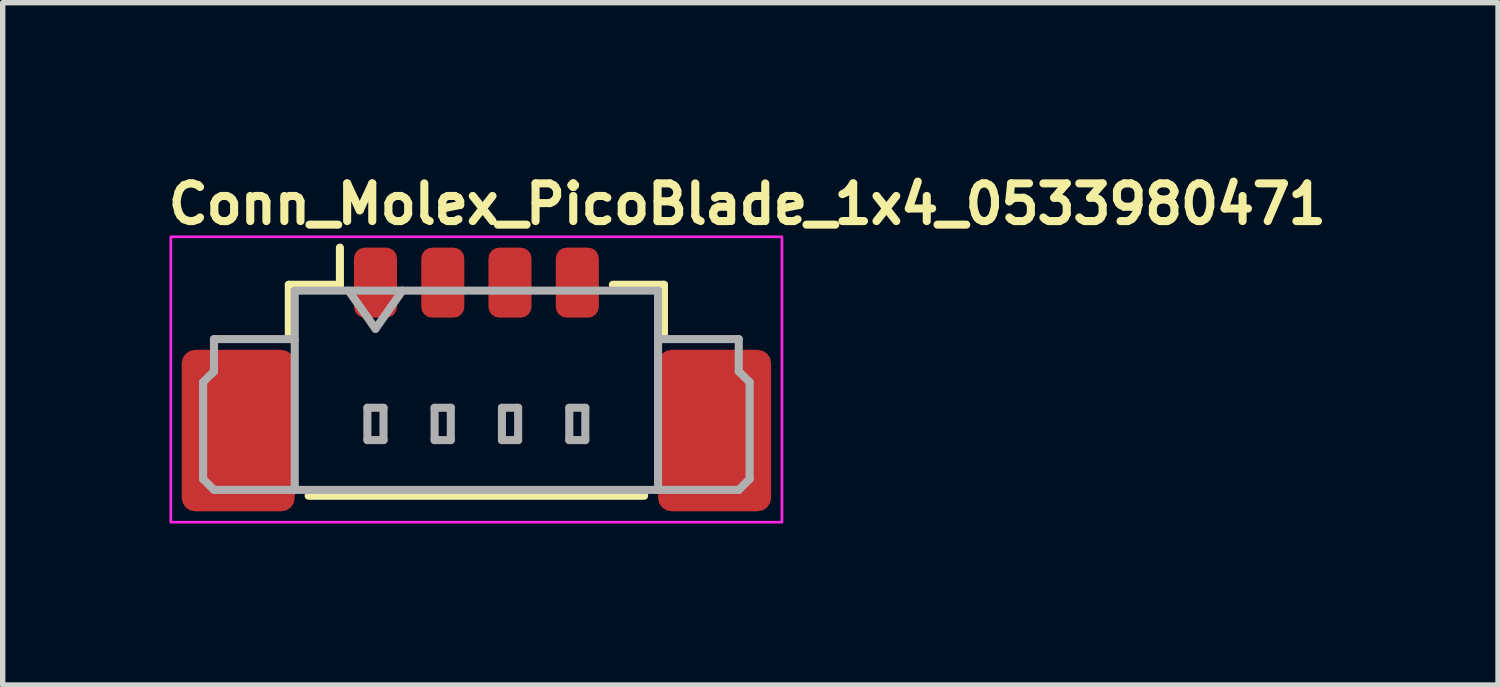
<source format=kicad_pcb>
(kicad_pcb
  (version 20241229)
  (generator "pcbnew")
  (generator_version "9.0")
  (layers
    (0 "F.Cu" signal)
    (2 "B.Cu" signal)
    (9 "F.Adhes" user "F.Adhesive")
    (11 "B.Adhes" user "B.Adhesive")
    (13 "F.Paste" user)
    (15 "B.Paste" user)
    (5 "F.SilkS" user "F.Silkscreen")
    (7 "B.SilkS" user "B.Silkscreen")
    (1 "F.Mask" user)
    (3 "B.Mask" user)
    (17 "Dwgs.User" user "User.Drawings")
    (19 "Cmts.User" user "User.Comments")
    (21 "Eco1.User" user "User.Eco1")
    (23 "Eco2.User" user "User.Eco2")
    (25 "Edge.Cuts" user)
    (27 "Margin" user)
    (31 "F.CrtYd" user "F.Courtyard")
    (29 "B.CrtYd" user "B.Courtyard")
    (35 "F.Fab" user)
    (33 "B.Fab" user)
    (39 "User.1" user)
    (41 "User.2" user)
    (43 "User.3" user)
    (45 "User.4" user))
  (footprint "Conn_Molex_PicoBlade_1x4_0533980471"
    (layer "F.Cu")
    (at 5.8 3.95)
    (property "Reference" "Conn_Molex_PicoBlade_1x4_0533980471" (at -5.8 -2.8 0) (layer "F.SilkS") (effects (font (size 0.7 0.7) (thickness 0.15)) (justify left bottom)))
    (attr smd)
    (fp_line (start -3.485 -1.71) (end -2.536 -1.71) (stroke (width 0.15) (type solid)) (layer "F.SilkS"))
    (fp_line (start -3.485 -0.76) (end -3.485 -1.71) (stroke (width 0.15) (type solid)) (layer "F.SilkS"))
    (fp_line (start -3.117 2.209) (end 3.115 2.209) (stroke (width 0.15) (type solid)) (layer "F.SilkS"))
    (fp_line (start -2.536 -1.71) (end -2.536 -2.4) (stroke (width 0.15) (type solid)) (layer "F.SilkS"))
    (fp_line (start 3.483 -1.71) (end 2.535 -1.71) (stroke (width 0.15) (type solid)) (layer "F.SilkS"))
    (fp_line (start 3.483 -0.76) (end 3.483 -1.71) (stroke (width 0.15) (type solid)) (layer "F.SilkS"))
    (fp_rect (start -5.677 -2.601) (end 5.675 2.7) (stroke (width 0.05) (type solid)) (fill no) (layer "F.CrtYd"))
    (fp_line (start -5.077 0.099) (end -4.875 -0.101) (stroke (width 0.15) (type solid)) (layer "F.Fab"))
    (fp_line (start -5.077 1.898) (end -5.077 0.099) (stroke (width 0.15) (type solid)) (layer "F.Fab"))
    (fp_line (start -4.875 -0.701) (end -3.375 -0.701) (stroke (width 0.15) (type solid)) (layer "F.Fab"))
    (fp_line (start -4.875 -0.101) (end -4.875 -0.701) (stroke (width 0.15) (type solid)) (layer "F.Fab"))
    (fp_line (start -4.875 2.1) (end -5.077 1.898) (stroke (width 0.15) (type solid)) (layer "F.Fab"))
    (fp_line (start -3.375 -1.601) (end -3.375 2.1) (stroke (width 0.15) (type solid)) (layer "F.Fab"))
    (fp_line (start -3.375 -1.601) (end 3.374 -1.601) (stroke (width 0.15) (type solid)) (layer "F.Fab"))
    (fp_line (start -3.375 2.1) (end -4.875 2.1) (stroke (width 0.15) (type solid)) (layer "F.Fab"))
    (fp_line (start -3.375 2.1) (end 3.374 2.1) (stroke (width 0.15) (type solid)) (layer "F.Fab"))
    (fp_line (start -2.375 -1.601) (end -1.875 -0.893) (stroke (width 0.15) (type solid)) (layer "F.Fab"))
    (fp_line (start -2.025 0.575) (end -2.025 1.175) (stroke (width 0.15) (type solid)) (layer "F.Fab"))
    (fp_line (start -2.025 1.175) (end -1.726 1.175) (stroke (width 0.15) (type solid)) (layer "F.Fab"))
    (fp_line (start -1.875 -0.893) (end -1.375 -1.601) (stroke (width 0.15) (type solid)) (layer "F.Fab"))
    (fp_line (start -1.726 0.575) (end -2.025 0.575) (stroke (width 0.15) (type solid)) (layer "F.Fab"))
    (fp_line (start -1.726 1.175) (end -1.726 0.575) (stroke (width 0.15) (type solid)) (layer "F.Fab"))
    (fp_line (start -0.777 0.575) (end -0.777 1.175) (stroke (width 0.15) (type solid)) (layer "F.Fab"))
    (fp_line (start -0.777 1.175) (end -0.476 1.175) (stroke (width 0.15) (type solid)) (layer "F.Fab"))
    (fp_line (start -0.476 0.575) (end -0.777 0.575) (stroke (width 0.15) (type solid)) (layer "F.Fab"))
    (fp_line (start -0.476 1.175) (end -0.476 0.575) (stroke (width 0.15) (type solid)) (layer "F.Fab"))
    (fp_line (start 0.474 0.575) (end 0.474 1.175) (stroke (width 0.15) (type solid)) (layer "F.Fab"))
    (fp_line (start 0.474 1.175) (end 0.775 1.175) (stroke (width 0.15) (type solid)) (layer "F.Fab"))
    (fp_line (start 0.775 0.575) (end 0.474 0.575) (stroke (width 0.15) (type solid)) (layer "F.Fab"))
    (fp_line (start 0.775 1.175) (end 0.775 0.575) (stroke (width 0.15) (type solid)) (layer "F.Fab"))
    (fp_line (start 1.725 0.575) (end 1.725 1.175) (stroke (width 0.15) (type solid)) (layer "F.Fab"))
    (fp_line (start 1.725 1.175) (end 2.023 1.175) (stroke (width 0.15) (type solid)) (layer "F.Fab"))
    (fp_line (start 2.023 0.575) (end 1.725 0.575) (stroke (width 0.15) (type solid)) (layer "F.Fab"))
    (fp_line (start 2.023 1.175) (end 2.023 0.575) (stroke (width 0.15) (type solid)) (layer "F.Fab"))
    (fp_line (start 3.374 -1.601) (end 3.374 2.1) (stroke (width 0.15) (type solid)) (layer "F.Fab"))
    (fp_line (start 3.374 2.1) (end 4.873 2.1) (stroke (width 0.15) (type solid)) (layer "F.Fab"))
    (fp_line (start 4.873 -0.701) (end 3.374 -0.701) (stroke (width 0.15) (type solid)) (layer "F.Fab"))
    (fp_line (start 4.873 -0.101) (end 4.873 -0.701) (stroke (width 0.15) (type solid)) (layer "F.Fab"))
    (fp_line (start 4.873 2.1) (end 5.075 1.898) (stroke (width 0.15) (type solid)) (layer "F.Fab"))
    (fp_line (start 5.075 0.099) (end 4.873 -0.101) (stroke (width 0.15) (type solid)) (layer "F.Fab"))
    (fp_line (start 5.075 1.898) (end 5.075 0.099) (stroke (width 0.15) (type solid)) (layer "F.Fab"))
    (fp_rect (start -5.077 -2.101) (end 5.075 2.1) (stroke (width 0.1) (type solid)) (fill no) (layer "User.5"))
    (fp_line (start -5.077 0.199) (end -5.077 1.798) (stroke (width 0.02) (type solid)) (layer "User.9"))
    (fp_line (start -5.077 0.199) (end -4.875 0) (stroke (width 0.02) (type solid)) (layer "User.9"))
    (fp_line (start -5.077 1.798) (end -4.875 1.999) (stroke (width 0.02) (type solid)) (layer "User.9"))
    (fp_line (start -4.875 -0.701) (end -3.375 -0.701) (stroke (width 0.02) (type solid)) (layer "User.9"))
    (fp_line (start -4.875 2.1) (end -4.875 -0.701) (stroke (width 0.02) (type solid)) (layer "User.9"))
    (fp_line (start -4.875 2.1) (end -3.375 2.1) (stroke (width 0.02) (type solid)) (layer "User.9"))
    (fp_line (start -3.375 -1.601) (end -3.375 -1.401) (stroke (width 0.02) (type solid)) (layer "User.9"))
    (fp_line (start -3.375 -1.401) (end -3.375 -0.701) (stroke (width 0.02) (type solid)) (layer "User.9"))
    (fp_line (start -3.375 -0.701) (end -3.375 2.1) (stroke (width 0.02) (type solid)) (layer "User.9"))
    (fp_line (start -3.375 -0.701) (end -2.976 -0.701) (stroke (width 0.02) (type solid)) (layer "User.9"))
    (fp_line (start -3.375 2.1) (end -1.526 2.1) (stroke (width 0.02) (type solid)) (layer "User.9"))
    (fp_line (start -2.976 -0.701) (end -2.976 1.898) (stroke (width 0.02) (type solid)) (layer "User.9"))
    (fp_line (start -2.976 -0.701) (end -2.775 -0.701) (stroke (width 0.02) (type solid)) (layer "User.9"))
    (fp_line (start -2.976 1.898) (end -2.775 1.699) (stroke (width 0.02) (type solid)) (layer "User.9"))
    (fp_line (start -2.976 1.898) (end -1.526 1.898) (stroke (width 0.02) (type solid)) (layer "User.9"))
    (fp_line (start -2.775 -0.701) (end -2.775 1.699) (stroke (width 0.02) (type solid)) (layer "User.9"))
    (fp_line (start -2.775 -0.701) (end -2.426 -0.701) (stroke (width 0.02) (type solid)) (layer "User.9"))
    (fp_line (start -2.775 1.699) (end -1.526 1.699) (stroke (width 0.02) (type solid)) (layer "User.9"))
    (fp_line (start -2.426 -1.401) (end -3.375 -1.401) (stroke (width 0.02) (type solid)) (layer "User.9"))
    (fp_line (start -2.426 -0.701) (end -2.426 -1.401) (stroke (width 0.02) (type solid)) (layer "User.9"))
    (fp_line (start -2.036 -2.101) (end -2.036 -1.601) (stroke (width 0.02) (type solid)) (layer "User.9"))
    (fp_line (start -2.036 -2.101) (end -1.716 -2.101) (stroke (width 0.02) (type solid)) (layer "User.9"))
    (fp_line (start -2.036 0.574) (end -2.036 1.175) (stroke (width 0.02) (type solid)) (layer "User.9"))
    (fp_line (start -2.036 0.574) (end -1.716 0.574) (stroke (width 0.02) (type solid)) (layer "User.9"))
    (fp_line (start -2.036 1.175) (end -1.716 1.175) (stroke (width 0.02) (type solid)) (layer "User.9"))
    (fp_line (start -1.986 0.675) (end -2.036 0.574) (stroke (width 0.02) (type solid)) (layer "User.9"))
    (fp_line (start -1.986 0.675) (end -1.986 1.074) (stroke (width 0.02) (type solid)) (layer "User.9"))
    (fp_line (start -1.986 0.675) (end -1.766 0.675) (stroke (width 0.02) (type solid)) (layer "User.9"))
    (fp_line (start -1.986 1.074) (end -2.036 1.175) (stroke (width 0.02) (type solid)) (layer "User.9"))
    (fp_line (start -1.986 1.074) (end -1.766 1.074) (stroke (width 0.02) (type solid)) (layer "User.9"))
    (fp_line (start -1.766 0.675) (end -1.766 1.074) (stroke (width 0.02) (type solid)) (layer "User.9"))
    (fp_line (start -1.766 0.675) (end -1.716 0.574) (stroke (width 0.02) (type solid)) (layer "User.9"))
    (fp_line (start -1.766 1.074) (end -1.716 1.175) (stroke (width 0.02) (type solid)) (layer "User.9"))
    (fp_line (start -1.716 -2.101) (end -1.716 -1.601) (stroke (width 0.02) (type solid)) (layer "User.9"))
    (fp_line (start -1.716 0.574) (end -1.716 1.175) (stroke (width 0.02) (type solid)) (layer "User.9"))
    (fp_line (start -1.526 1.898) (end -1.526 1.699) (stroke (width 0.02) (type solid)) (layer "User.9"))
    (fp_line (start -1.526 2.1) (end -1.526 1.898) (stroke (width 0.02) (type solid)) (layer "User.9"))
    (fp_line (start -1.226 1.699) (end -1.526 1.699) (stroke (width 0.02) (type solid)) (layer "User.9"))
    (fp_line (start -1.226 1.699) (end -1.226 1.898) (stroke (width 0.02) (type solid)) (layer "User.9"))
    (fp_line (start -1.226 1.699) (end 1.225 1.699) (stroke (width 0.02) (type solid)) (layer "User.9"))
    (fp_line (start -1.226 1.898) (end 1.225 1.898) (stroke (width 0.02) (type solid)) (layer "User.9"))
    (fp_line (start -1.226 2.1) (end -1.526 2.1) (stroke (width 0.02) (type solid)) (layer "User.9"))
    (fp_line (start -1.226 2.1) (end -1.226 1.898) (stroke (width 0.02) (type solid)) (layer "User.9"))
    (fp_line (start -1.226 2.1) (end 1.225 2.1) (stroke (width 0.02) (type solid)) (layer "User.9"))
    (fp_line (start -0.787 -2.101) (end -0.787 -1.601) (stroke (width 0.02) (type solid)) (layer "User.9"))
    (fp_line (start -0.787 -2.101) (end -0.467 -2.101) (stroke (width 0.02) (type solid)) (layer "User.9"))
    (fp_line (start -0.787 0.574) (end -0.787 1.175) (stroke (width 0.02) (type solid)) (layer "User.9"))
    (fp_line (start -0.787 0.574) (end -0.467 0.574) (stroke (width 0.02) (type solid)) (layer "User.9"))
    (fp_line (start -0.787 1.175) (end -0.467 1.175) (stroke (width 0.02) (type solid)) (layer "User.9"))
    (fp_line (start -0.735 0.675) (end -0.787 0.574) (stroke (width 0.02) (type solid)) (layer "User.9"))
    (fp_line (start -0.735 0.675) (end -0.735 1.074) (stroke (width 0.02) (type solid)) (layer "User.9"))
    (fp_line (start -0.735 0.675) (end -0.517 0.675) (stroke (width 0.02) (type solid)) (layer "User.9"))
    (fp_line (start -0.735 1.074) (end -0.787 1.175) (stroke (width 0.02) (type solid)) (layer "User.9"))
    (fp_line (start -0.735 1.074) (end -0.517 1.074) (stroke (width 0.02) (type solid)) (layer "User.9"))
    (fp_line (start -0.517 0.675) (end -0.517 1.074) (stroke (width 0.02) (type solid)) (layer "User.9"))
    (fp_line (start -0.517 0.675) (end -0.467 0.574) (stroke (width 0.02) (type solid)) (layer "User.9"))
    (fp_line (start -0.517 1.074) (end -0.467 1.175) (stroke (width 0.02) (type solid)) (layer "User.9"))
    (fp_line (start -0.467 -2.101) (end -0.467 -1.601) (stroke (width 0.02) (type solid)) (layer "User.9"))
    (fp_line (start -0.467 0.574) (end -0.467 1.175) (stroke (width 0.02) (type solid)) (layer "User.9"))
    (fp_line (start 0.465 -2.101) (end 0.465 -1.601) (stroke (width 0.02) (type solid)) (layer "User.9"))
    (fp_line (start 0.465 -2.101) (end 0.785 -2.101) (stroke (width 0.02) (type solid)) (layer "User.9"))
    (fp_line (start 0.465 0.574) (end 0.465 1.175) (stroke (width 0.02) (type solid)) (layer "User.9"))
    (fp_line (start 0.465 0.574) (end 0.785 0.574) (stroke (width 0.02) (type solid)) (layer "User.9"))
    (fp_line (start 0.465 1.175) (end 0.785 1.175) (stroke (width 0.02) (type solid)) (layer "User.9"))
    (fp_line (start 0.515 0.675) (end 0.465 0.574) (stroke (width 0.02) (type solid)) (layer "User.9"))
    (fp_line (start 0.515 0.675) (end 0.515 1.074) (stroke (width 0.02) (type solid)) (layer "User.9"))
    (fp_line (start 0.515 0.675) (end 0.733 0.675) (stroke (width 0.02) (type solid)) (layer "User.9"))
    (fp_line (start 0.515 1.074) (end 0.465 1.175) (stroke (width 0.02) (type solid)) (layer "User.9"))
    (fp_line (start 0.515 1.074) (end 0.733 1.074) (stroke (width 0.02) (type solid)) (layer "User.9"))
    (fp_line (start 0.733 0.675) (end 0.733 1.074) (stroke (width 0.02) (type solid)) (layer "User.9"))
    (fp_line (start 0.733 0.675) (end 0.785 0.574) (stroke (width 0.02) (type solid)) (layer "User.9"))
    (fp_line (start 0.733 1.074) (end 0.785 1.175) (stroke (width 0.02) (type solid)) (layer "User.9"))
    (fp_line (start 0.785 -2.101) (end 0.785 -1.601) (stroke (width 0.02) (type solid)) (layer "User.9"))
    (fp_line (start 0.785 0.574) (end 0.785 1.175) (stroke (width 0.02) (type solid)) (layer "User.9"))
    (fp_line (start 1.225 1.898) (end 1.225 1.699) (stroke (width 0.02) (type solid)) (layer "User.9"))
    (fp_line (start 1.225 2.1) (end 1.225 1.898) (stroke (width 0.02) (type solid)) (layer "User.9"))
    (fp_line (start 1.523 1.699) (end 1.225 1.699) (stroke (width 0.02) (type solid)) (layer "User.9"))
    (fp_line (start 1.523 1.699) (end 1.523 1.898) (stroke (width 0.02) (type solid)) (layer "User.9"))
    (fp_line (start 1.523 1.699) (end 2.773 1.699) (stroke (width 0.02) (type solid)) (layer "User.9"))
    (fp_line (start 1.523 1.898) (end 2.975 1.898) (stroke (width 0.02) (type solid)) (layer "User.9"))
    (fp_line (start 1.523 2.1) (end 1.225 2.1) (stroke (width 0.02) (type solid)) (layer "User.9"))
    (fp_line (start 1.523 2.1) (end 1.523 1.898) (stroke (width 0.02) (type solid)) (layer "User.9"))
    (fp_line (start 1.523 2.1) (end 3.374 2.1) (stroke (width 0.02) (type solid)) (layer "User.9"))
    (fp_line (start 1.715 -2.101) (end 1.715 -1.601) (stroke (width 0.02) (type solid)) (layer "User.9"))
    (fp_line (start 1.715 -2.101) (end 2.035 -2.101) (stroke (width 0.02) (type solid)) (layer "User.9"))
    (fp_line (start 1.715 0.574) (end 1.715 1.175) (stroke (width 0.02) (type solid)) (layer "User.9"))
    (fp_line (start 1.715 0.574) (end 2.035 0.574) (stroke (width 0.02) (type solid)) (layer "User.9"))
    (fp_line (start 1.715 1.175) (end 2.035 1.175) (stroke (width 0.02) (type solid)) (layer "User.9"))
    (fp_line (start 1.763 0.675) (end 1.715 0.574) (stroke (width 0.02) (type solid)) (layer "User.9"))
    (fp_line (start 1.763 0.675) (end 1.763 1.074) (stroke (width 0.02) (type solid)) (layer "User.9"))
    (fp_line (start 1.763 0.675) (end 1.985 0.675) (stroke (width 0.02) (type solid)) (layer "User.9"))
    (fp_line (start 1.763 1.074) (end 1.715 1.175) (stroke (width 0.02) (type solid)) (layer "User.9"))
    (fp_line (start 1.763 1.074) (end 1.985 1.074) (stroke (width 0.02) (type solid)) (layer "User.9"))
    (fp_line (start 1.985 0.675) (end 1.985 1.074) (stroke (width 0.02) (type solid)) (layer "User.9"))
    (fp_line (start 1.985 0.675) (end 2.035 0.574) (stroke (width 0.02) (type solid)) (layer "User.9"))
    (fp_line (start 1.985 1.074) (end 2.035 1.175) (stroke (width 0.02) (type solid)) (layer "User.9"))
    (fp_line (start 2.035 -2.101) (end 2.035 -1.601) (stroke (width 0.02) (type solid)) (layer "User.9"))
    (fp_line (start 2.035 0.574) (end 2.035 1.175) (stroke (width 0.02) (type solid)) (layer "User.9"))
    (fp_line (start 2.423 -1.401) (end 2.423 -0.701) (stroke (width 0.02) (type solid)) (layer "User.9"))
    (fp_line (start 2.423 -0.701) (end 2.773 -0.701) (stroke (width 0.02) (type solid)) (layer "User.9"))
    (fp_line (start 2.773 1.699) (end 2.773 -0.701) (stroke (width 0.02) (type solid)) (layer "User.9"))
    (fp_line (start 2.975 -0.701) (end 2.773 -0.701) (stroke (width 0.02) (type solid)) (layer "User.9"))
    (fp_line (start 2.975 -0.701) (end 3.374 -0.701) (stroke (width 0.02) (type solid)) (layer "User.9"))
    (fp_line (start 2.975 1.898) (end 2.773 1.699) (stroke (width 0.02) (type solid)) (layer "User.9"))
    (fp_line (start 2.975 1.898) (end 2.975 -0.701) (stroke (width 0.02) (type solid)) (layer "User.9"))
    (fp_line (start 3.374 -1.601) (end -3.375 -1.601) (stroke (width 0.02) (type solid)) (layer "User.9"))
    (fp_line (start 3.374 -1.401) (end 2.423 -1.401) (stroke (width 0.02) (type solid)) (layer "User.9"))
    (fp_line (start 3.374 -1.401) (end 3.374 -1.601) (stroke (width 0.02) (type solid)) (layer "User.9"))
    (fp_line (start 3.374 -0.701) (end 3.374 -1.401) (stroke (width 0.02) (type solid)) (layer "User.9"))
    (fp_line (start 3.374 2.1) (end 3.374 -0.701) (stroke (width 0.02) (type solid)) (layer "User.9"))
    (fp_line (start 4.873 -0.701) (end 3.374 -0.701) (stroke (width 0.02) (type solid)) (layer "User.9"))
    (fp_line (start 4.873 2.1) (end 3.374 2.1) (stroke (width 0.02) (type solid)) (layer "User.9"))
    (fp_line (start 4.873 2.1) (end 4.873 -0.701) (stroke (width 0.02) (type solid)) (layer "User.9"))
    (fp_line (start 5.075 0.199) (end 4.873 0) (stroke (width 0.02) (type solid)) (layer "User.9"))
    (fp_line (start 5.075 0.199) (end 5.075 1.798) (stroke (width 0.02) (type solid)) (layer "User.9"))
    (fp_line (start 5.075 1.798) (end 4.873 1.999) (stroke (width 0.02) (type solid)) (layer "User.9"))
    (pad "1" smd roundrect (at -1.875 -1.75) (size 0.8 1.3) (layers "F.Cu" "F.Mask" "F.Paste") (roundrect_rratio 0.25))
    (pad "2" smd roundrect (at -0.625 -1.75) (size 0.8 1.3) (layers "F.Cu" "F.Mask" "F.Paste") (roundrect_rratio 0.25))
    (pad "3" smd roundrect (at 0.623 -1.75) (size 0.8 1.3) (layers "F.Cu" "F.Mask" "F.Paste") (roundrect_rratio 0.25))
    (pad "4" smd roundrect (at 1.874 -1.75) (size 0.8 1.3) (layers "F.Cu" "F.Mask" "F.Paste") (roundrect_rratio 0.25))
    (pad "MP1" smd roundrect (at -4.425 0.998) (size 2.1 3) (layers "F.Cu" "F.Mask" "F.Paste") (roundrect_rratio 0.119))
    (pad "MP2" smd roundrect (at 4.424 0.998) (size 2.1 3) (layers "F.Cu" "F.Mask" "F.Paste") (roundrect_rratio 0.119)))
  (gr_rect
    (start -3 -3)
    (end 24.777 9.675)
    (stroke (width 0.1) (type default))
    (fill no)
    (layer "Edge.Cuts")))
</source>
